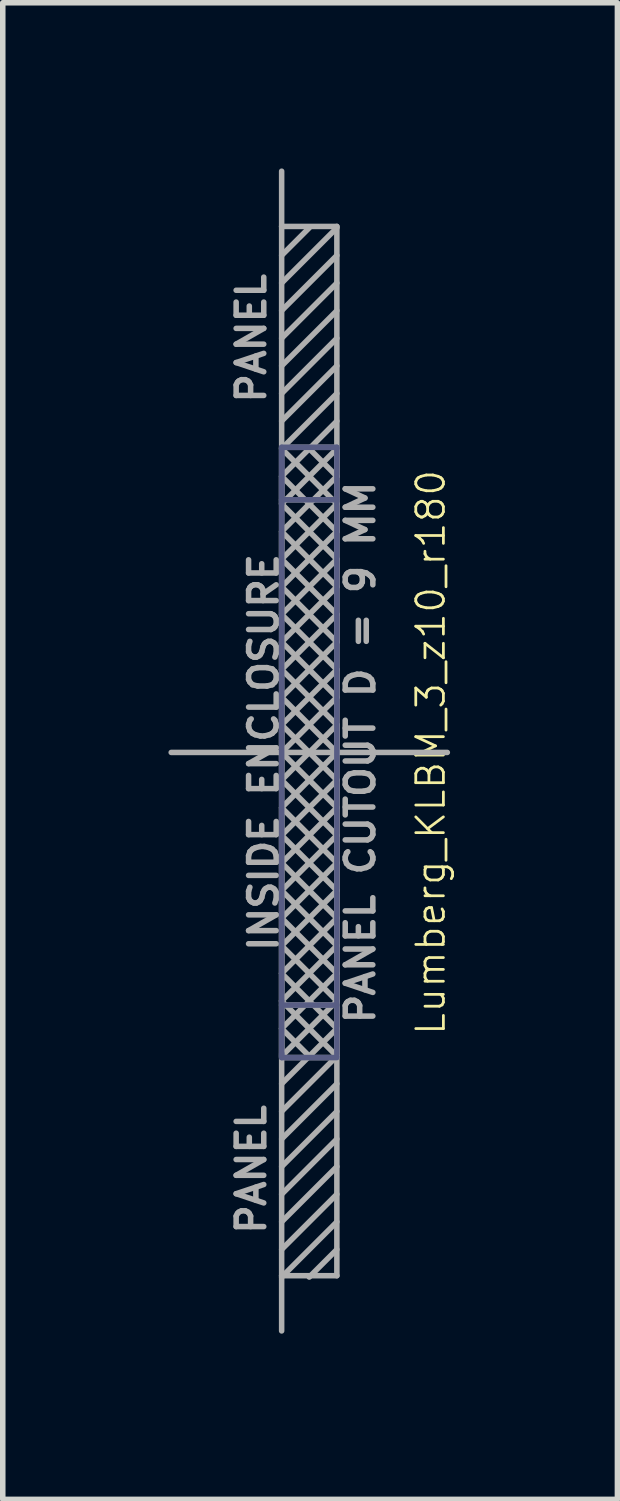
<source format=kicad_pcb>
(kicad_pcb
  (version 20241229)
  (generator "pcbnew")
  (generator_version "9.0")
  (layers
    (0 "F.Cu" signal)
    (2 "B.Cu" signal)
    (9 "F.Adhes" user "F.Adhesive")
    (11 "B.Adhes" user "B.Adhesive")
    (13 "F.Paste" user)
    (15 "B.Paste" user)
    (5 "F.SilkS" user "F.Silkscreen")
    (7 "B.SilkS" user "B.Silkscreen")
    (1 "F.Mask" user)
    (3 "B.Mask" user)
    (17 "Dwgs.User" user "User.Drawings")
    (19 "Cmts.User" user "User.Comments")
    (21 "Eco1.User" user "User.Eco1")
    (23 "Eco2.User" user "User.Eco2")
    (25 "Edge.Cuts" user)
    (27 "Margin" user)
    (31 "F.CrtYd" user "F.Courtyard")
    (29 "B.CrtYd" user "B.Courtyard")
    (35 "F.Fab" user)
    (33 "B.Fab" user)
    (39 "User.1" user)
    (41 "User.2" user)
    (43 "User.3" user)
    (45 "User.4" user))
  (footprint "Lumberg_KLBM_3_z10_r180"
    (layer "F.Cu")
    (at 2.05 10.575)
    (property "Reference" "Lumberg_KLBM_3_z10_r180" (at 2.7 0 90) (layer "F.SilkS") (effects (font (size 0.5 0.5) (thickness 0.05))))
    (attr through_hole)
    (fp_line (start 0 -5.525) (end 0 -5.5) (stroke (width 0.1) (type solid)) (layer "B.Fab"))
    (fp_line (start 0 -5.5) (end 0 -4.5) (stroke (width 0.1) (type solid)) (layer "B.Fab"))
    (fp_line (start 0 -4.575) (end 1 -4.575) (stroke (width 0.1) (type solid)) (layer "B.Fab"))
    (fp_line (start 0 4.5) (end 0 -5.5) (stroke (width 0.1) (type solid)) (layer "B.Fab"))
    (fp_line (start 0 4.575) (end 1 4.575) (stroke (width 0.1) (type solid)) (layer "B.Fab"))
    (fp_line (start 0 5.5) (end 0 4.5) (stroke (width 0.1) (type solid)) (layer "B.Fab"))
    (fp_line (start 0 5.525) (end 0 5.45) (stroke (width 0.1) (type solid)) (layer "B.Fab"))
    (fp_line (start 1 -5.525) (end 0 -5.525) (stroke (width 0.1) (type solid)) (layer "B.Fab"))
    (fp_line (start 1 -5.5) (end 1 -5.525) (stroke (width 0.1) (type solid)) (layer "B.Fab"))
    (fp_line (start 1 -5.5) (end 1 5.5) (stroke (width 0.1) (type solid)) (layer "B.Fab"))
    (fp_line (start 1 5.525) (end 0 5.525) (stroke (width 0.1) (type solid)) (layer "B.Fab"))
    (fp_line (start -2 0) (end 3 0) (stroke (width 0.1) (type solid)) (layer "F.Fab"))
    (fp_line (start 0 -9.525) (end 0 -10.525) (stroke (width 0.1) (type solid)) (layer "F.Fab"))
    (fp_line (start 0 -9.525) (end 1 -9.525) (stroke (width 0.1) (type solid)) (layer "F.Fab"))
    (fp_line (start 0 -9) (end 0.5 -9.5) (stroke (width 0.1) (type solid)) (layer "F.Fab"))
    (fp_line (start 0 -6.5) (end 1 -7.5) (stroke (width 0.1) (type solid)) (layer "F.Fab"))
    (fp_line (start 0 -5.525) (end 1 -5.525) (stroke (width 0.1) (type solid)) (layer "F.Fab"))
    (fp_line (start 0 -5.5) (end 1 -6.5) (stroke (width 0.1) (type solid)) (layer "F.Fab"))
    (fp_line (start 0 -5.5) (end 1 -4.5) (stroke (width 0.1) (type solid)) (layer "F.Fab"))
    (fp_line (start 0 -5) (end 0.5 -5.5) (stroke (width 0.1) (type solid)) (layer "F.Fab"))
    (fp_line (start 0 -5) (end 1 -4) (stroke (width 0.1) (type solid)) (layer "F.Fab"))
    (fp_line (start 0 -4.575) (end 1 -4.575) (stroke (width 0.1) (type solid)) (layer "F.Fab"))
    (fp_line (start 0 -4.5) (end 0 -5) (stroke (width 0.1) (type solid)) (layer "F.Fab"))
    (fp_line (start 0 -4.5) (end 1 -3.5) (stroke (width 0.1) (type solid)) (layer "F.Fab"))
    (fp_line (start 0 -4) (end 1 -5) (stroke (width 0.1) (type solid)) (layer "F.Fab"))
    (fp_line (start 0 -4) (end 1 -3) (stroke (width 0.1) (type solid)) (layer "F.Fab"))
    (fp_line (start 0 -3.5) (end 0 -4) (stroke (width 0.1) (type solid)) (layer "F.Fab"))
    (fp_line (start 0 -3.5) (end 1 -2.5) (stroke (width 0.1) (type solid)) (layer "F.Fab"))
    (fp_line (start 0 -3) (end 1 -4) (stroke (width 0.1) (type solid)) (layer "F.Fab"))
    (fp_line (start 0 -3) (end 1 -2) (stroke (width 0.1) (type solid)) (layer "F.Fab"))
    (fp_line (start 0 -2.5) (end 0 -3) (stroke (width 0.1) (type solid)) (layer "F.Fab"))
    (fp_line (start 0 -2) (end 1 -3) (stroke (width 0.1) (type solid)) (layer "F.Fab"))
    (fp_line (start 0 -2) (end 1 -1) (stroke (width 0.1) (type solid)) (layer "F.Fab"))
    (fp_line (start 0 -1.5) (end 0 -2) (stroke (width 0.1) (type solid)) (layer "F.Fab"))
    (fp_line (start 0 -1.5) (end 1 -0.5) (stroke (width 0.1) (type solid)) (layer "F.Fab"))
    (fp_line (start 0 -1) (end 1 -2) (stroke (width 0.1) (type solid)) (layer "F.Fab"))
    (fp_line (start 0 -0.5) (end 0 -1) (stroke (width 0.1) (type solid)) (layer "F.Fab"))
    (fp_line (start 0 -0.5) (end 0 0) (stroke (width 0.1) (type solid)) (layer "F.Fab"))
    (fp_line (start 0 0) (end 1 -1) (stroke (width 0.1) (type solid)) (layer "F.Fab"))
    (fp_line (start 0 0) (end 1 1) (stroke (width 0.1) (type solid)) (layer "F.Fab"))
    (fp_line (start 0 0.5) (end 0 0) (stroke (width 0.1) (type solid)) (layer "F.Fab"))
    (fp_line (start 0 1) (end 1 0) (stroke (width 0.1) (type solid)) (layer "F.Fab"))
    (fp_line (start 0 1) (end 1 2) (stroke (width 0.1) (type solid)) (layer "F.Fab"))
    (fp_line (start 0 1.5) (end 0 1) (stroke (width 0.1) (type solid)) (layer "F.Fab"))
    (fp_line (start 0 1.5) (end 0 2) (stroke (width 0.1) (type solid)) (layer "F.Fab"))
    (fp_line (start 0 2) (end 1 1) (stroke (width 0.1) (type solid)) (layer "F.Fab"))
    (fp_line (start 0 2) (end 1 3) (stroke (width 0.1) (type solid)) (layer "F.Fab"))
    (fp_line (start 0 2.5) (end 0 2) (stroke (width 0.1) (type solid)) (layer "F.Fab"))
    (fp_line (start 0 2.5) (end 0 3) (stroke (width 0.1) (type solid)) (layer "F.Fab"))
    (fp_line (start 0 3) (end 1 2) (stroke (width 0.1) (type solid)) (layer "F.Fab"))
    (fp_line (start 0 3) (end 1 4) (stroke (width 0.1) (type solid)) (layer "F.Fab"))
    (fp_line (start 0 3.5) (end 0 3) (stroke (width 0.1) (type solid)) (layer "F.Fab"))
    (fp_line (start 0 3.5) (end 0 4) (stroke (width 0.1) (type solid)) (layer "F.Fab"))
    (fp_line (start 0 4) (end 1 3) (stroke (width 0.1) (type solid)) (layer "F.Fab"))
    (fp_line (start 0 4) (end 1 5) (stroke (width 0.1) (type solid)) (layer "F.Fab"))
    (fp_line (start 0 4.5) (end 0 4) (stroke (width 0.1) (type solid)) (layer "F.Fab"))
    (fp_line (start 0 4.5) (end 0 5) (stroke (width 0.1) (type solid)) (layer "F.Fab"))
    (fp_line (start 0 4.575) (end 1 4.575) (stroke (width 0.1) (type solid)) (layer "F.Fab"))
    (fp_line (start 0 5) (end 0.5 5.5) (stroke (width 0.1) (type solid)) (layer "F.Fab"))
    (fp_line (start 0 5) (end 1 4) (stroke (width 0.1) (type solid)) (layer "F.Fab"))
    (fp_line (start 0 5.5) (end 0 5) (stroke (width 0.1) (type solid)) (layer "F.Fab"))
    (fp_line (start 0 5.525) (end 1 5.525) (stroke (width 0.1) (type solid)) (layer "F.Fab"))
    (fp_line (start 0 7) (end 1 6) (stroke (width 0.1) (type solid)) (layer "F.Fab"))
    (fp_line (start 0 8) (end 1 7) (stroke (width 0.1) (type solid)) (layer "F.Fab"))
    (fp_line (start 0 9) (end 1 8) (stroke (width 0.1) (type solid)) (layer "F.Fab"))
    (fp_line (start 0 9.475) (end 0 -9.525) (stroke (width 0.1) (type solid)) (layer "F.Fab"))
    (fp_line (start 0 9.475) (end 0 10.475) (stroke (width 0.1) (type solid)) (layer "F.Fab"))
    (fp_line (start 0.5 -5.5) (end 1 -5) (stroke (width 0.1) (type solid)) (layer "F.Fab"))
    (fp_line (start 0.5 5.5) (end 0 6) (stroke (width 0.1) (type solid)) (layer "F.Fab"))
    (fp_line (start 0.5 5.5) (end 1 5) (stroke (width 0.1) (type solid)) (layer "F.Fab"))
    (fp_line (start 0.5 9.5) (end 1 9) (stroke (width 0.1) (type solid)) (layer "F.Fab"))
    (fp_line (start 1 -9.525) (end 1 9.475) (stroke (width 0.1) (type solid)) (layer "F.Fab"))
    (fp_line (start 1 -9.5) (end 0 -8.5) (stroke (width 0.1) (type solid)) (layer "F.Fab"))
    (fp_line (start 1 -9) (end 0 -8) (stroke (width 0.1) (type solid)) (layer "F.Fab"))
    (fp_line (start 1 -8.5) (end 0 -7.5) (stroke (width 0.1) (type solid)) (layer "F.Fab"))
    (fp_line (start 1 -8) (end 0 -7) (stroke (width 0.1) (type solid)) (layer "F.Fab"))
    (fp_line (start 1 -7) (end 0 -6) (stroke (width 0.1) (type solid)) (layer "F.Fab"))
    (fp_line (start 1 -6) (end 0.5 -5.5) (stroke (width 0.1) (type solid)) (layer "F.Fab"))
    (fp_line (start 1 -5.5) (end 0 -4.5) (stroke (width 0.1) (type solid)) (layer "F.Fab"))
    (fp_line (start 1 -5) (end 1 -5.5) (stroke (width 0.1) (type solid)) (layer "F.Fab"))
    (fp_line (start 1 -4.5) (end 0 -3.5) (stroke (width 0.1) (type solid)) (layer "F.Fab"))
    (fp_line (start 1 -4) (end 1 -4.5) (stroke (width 0.1) (type solid)) (layer "F.Fab"))
    (fp_line (start 1 -3.5) (end 0 -2.5) (stroke (width 0.1) (type solid)) (layer "F.Fab"))
    (fp_line (start 1 -3) (end 1 -3.5) (stroke (width 0.1) (type solid)) (layer "F.Fab"))
    (fp_line (start 1 -2.5) (end 0 -1.5) (stroke (width 0.1) (type solid)) (layer "F.Fab"))
    (fp_line (start 1 -2) (end 1 -2.5) (stroke (width 0.1) (type solid)) (layer "F.Fab"))
    (fp_line (start 1 -1.5) (end 0 -2.5) (stroke (width 0.1) (type solid)) (layer "F.Fab"))
    (fp_line (start 1 -1.5) (end 0 -0.5) (stroke (width 0.1) (type solid)) (layer "F.Fab"))
    (fp_line (start 1 -1) (end 1 -1.5) (stroke (width 0.1) (type solid)) (layer "F.Fab"))
    (fp_line (start 1 -0.5) (end 0 0.5) (stroke (width 0.1) (type solid)) (layer "F.Fab"))
    (fp_line (start 1 -0.5) (end 1 0) (stroke (width 0.1) (type solid)) (layer "F.Fab"))
    (fp_line (start 1 0) (end 0 -1) (stroke (width 0.1) (type solid)) (layer "F.Fab"))
    (fp_line (start 1 0) (end 1 -0.5) (stroke (width 0.1) (type solid)) (layer "F.Fab"))
    (fp_line (start 1 0.5) (end 0 -0.5) (stroke (width 0.1) (type solid)) (layer "F.Fab"))
    (fp_line (start 1 0.5) (end 0 1.5) (stroke (width 0.1) (type solid)) (layer "F.Fab"))
    (fp_line (start 1 1) (end 1 0.5) (stroke (width 0.1) (type solid)) (layer "F.Fab"))
    (fp_line (start 1 1) (end 1 1.5) (stroke (width 0.1) (type solid)) (layer "F.Fab"))
    (fp_line (start 1 1.5) (end 0 0.5) (stroke (width 0.1) (type solid)) (layer "F.Fab"))
    (fp_line (start 1 1.5) (end 0 2.5) (stroke (width 0.1) (type solid)) (layer "F.Fab"))
    (fp_line (start 1 2) (end 1 1.5) (stroke (width 0.1) (type solid)) (layer "F.Fab"))
    (fp_line (start 1 2) (end 1 2.5) (stroke (width 0.1) (type solid)) (layer "F.Fab"))
    (fp_line (start 1 2.5) (end 0 1.5) (stroke (width 0.1) (type solid)) (layer "F.Fab"))
    (fp_line (start 1 2.5) (end 0 3.5) (stroke (width 0.1) (type solid)) (layer "F.Fab"))
    (fp_line (start 1 3) (end 1 2.5) (stroke (width 0.1) (type solid)) (layer "F.Fab"))
    (fp_line (start 1 3) (end 1 3.5) (stroke (width 0.1) (type solid)) (layer "F.Fab"))
    (fp_line (start 1 3.5) (end 0 2.5) (stroke (width 0.1) (type solid)) (layer "F.Fab"))
    (fp_line (start 1 3.5) (end 0 4.5) (stroke (width 0.1) (type solid)) (layer "F.Fab"))
    (fp_line (start 1 4) (end 1 3.5) (stroke (width 0.1) (type solid)) (layer "F.Fab"))
    (fp_line (start 1 4) (end 1 4.5) (stroke (width 0.1) (type solid)) (layer "F.Fab"))
    (fp_line (start 1 4.5) (end 0 3.5) (stroke (width 0.1) (type solid)) (layer "F.Fab"))
    (fp_line (start 1 4.5) (end 0 5.5) (stroke (width 0.1) (type solid)) (layer "F.Fab"))
    (fp_line (start 1 5) (end 1 4.5) (stroke (width 0.1) (type solid)) (layer "F.Fab"))
    (fp_line (start 1 5) (end 1 5.5) (stroke (width 0.1) (type solid)) (layer "F.Fab"))
    (fp_line (start 1 5.5) (end 0 4.5) (stroke (width 0.1) (type solid)) (layer "F.Fab"))
    (fp_line (start 1 5.5) (end 0 6.5) (stroke (width 0.1) (type solid)) (layer "F.Fab"))
    (fp_line (start 1 6.5) (end 0 7.5) (stroke (width 0.1) (type solid)) (layer "F.Fab"))
    (fp_line (start 1 7.5) (end 0 8.5) (stroke (width 0.1) (type solid)) (layer "F.Fab"))
    (fp_line (start 1 8.5) (end 0 9.5) (stroke (width 0.1) (type solid)) (layer "F.Fab"))
    (fp_line (start 1 9.475) (end 0 9.475) (stroke (width 0.1) (type solid)) (layer "F.Fab"))
    (fp_text user "INSIDE ENCLOSURE" (at -0.325 0 90) (layer "F.Fab") (effects (font (size 0.5 0.5) (thickness 0.1))))
    (fp_text user "PANEL" (at -0.55 7.55 90) (layer "F.Fab") (effects (font (size 0.5 0.5) (thickness 0.1))))
    (fp_text user "PANEL CUTOUT D = 9 MM" (at 1.425 0 90) (layer "F.Fab") (effects (font (size 0.5 0.5) (thickness 0.1))))
    (fp_text user "PANEL" (at -0.55 -7.5 90) (layer "F.Fab") (effects (font (size 0.5 0.5) (thickness 0.1)))))
  (gr_rect
    (start -3 -3)
    (end 8.13 24.1)
    (stroke (width 0.1) (type default))
    (fill no)
    (layer "Edge.Cuts")))
</source>
